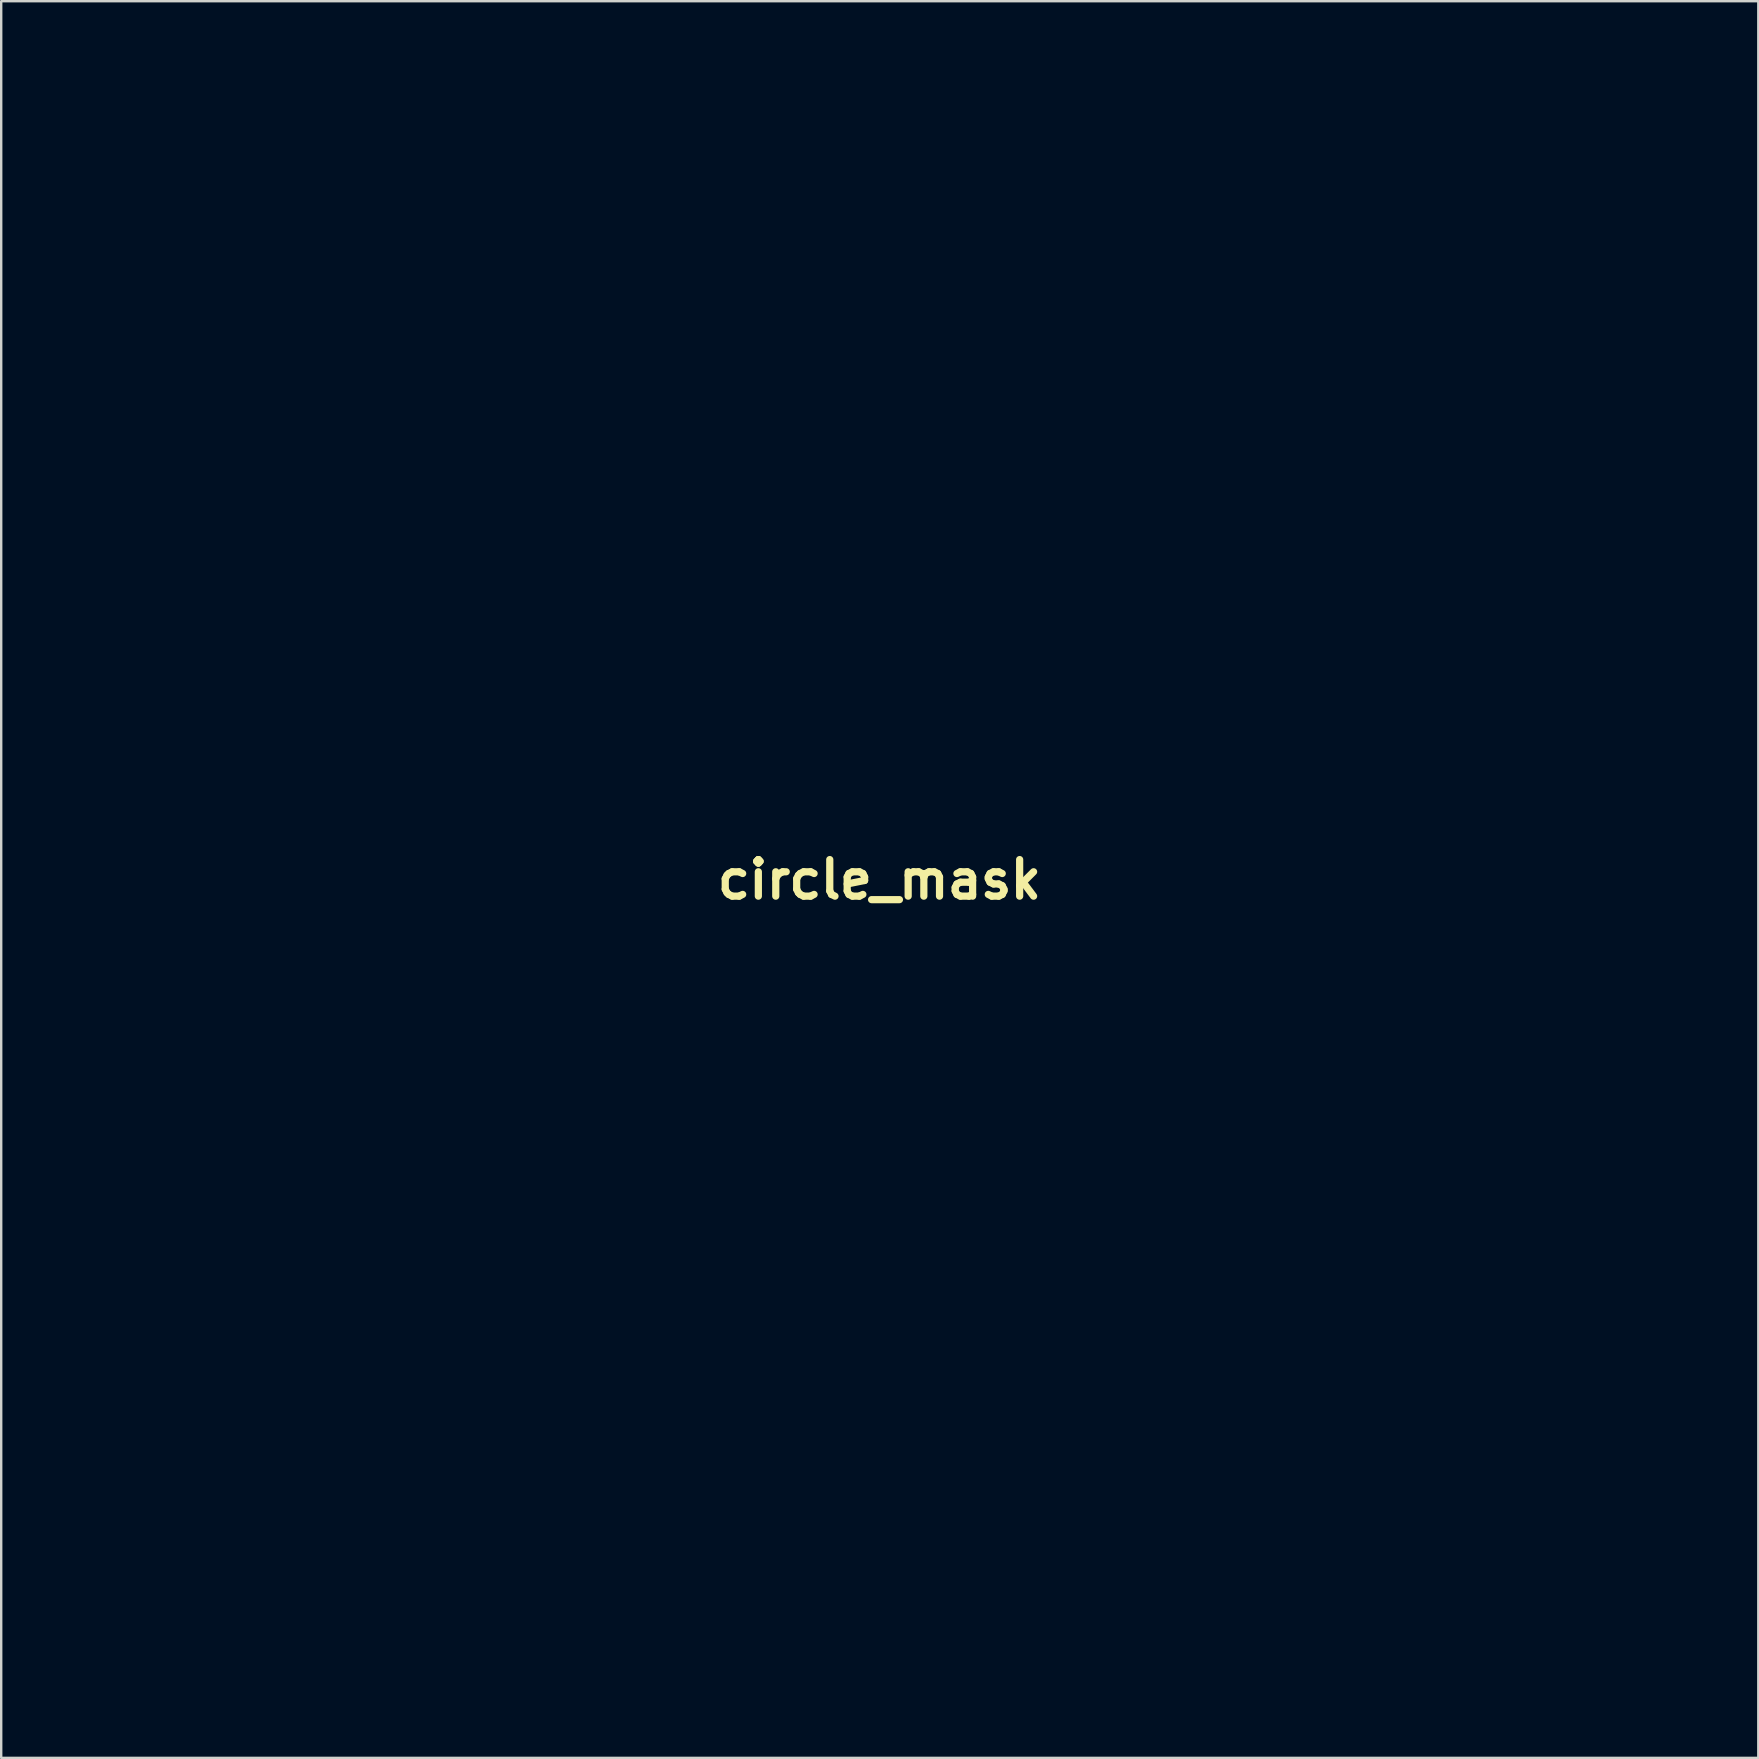
<source format=kicad_pcb>
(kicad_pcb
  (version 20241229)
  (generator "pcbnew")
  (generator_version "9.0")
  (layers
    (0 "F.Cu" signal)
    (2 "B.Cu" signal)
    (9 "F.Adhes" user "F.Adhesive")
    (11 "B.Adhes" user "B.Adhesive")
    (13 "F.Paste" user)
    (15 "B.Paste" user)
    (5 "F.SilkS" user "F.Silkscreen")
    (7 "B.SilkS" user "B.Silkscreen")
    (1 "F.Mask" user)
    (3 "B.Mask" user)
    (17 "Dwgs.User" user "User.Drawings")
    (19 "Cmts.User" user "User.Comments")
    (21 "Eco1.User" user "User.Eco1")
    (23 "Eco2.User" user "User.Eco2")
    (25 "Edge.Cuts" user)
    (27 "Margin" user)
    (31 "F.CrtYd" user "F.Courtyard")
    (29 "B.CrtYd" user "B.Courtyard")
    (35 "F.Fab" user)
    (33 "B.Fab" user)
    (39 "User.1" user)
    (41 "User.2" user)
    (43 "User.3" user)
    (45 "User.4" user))
  (footprint "circle_mask"
    (layer "F.Cu")
    (at 33.586 33.594)
    (property "Reference" "circle_mask" (at 0 0 0) (layer "F.SilkS") (effects (font (size 1.524 1.524) (thickness 0.3))))
    (attr through_hole)
    (fp_poly (pts (xy 33.572 1.841) (xy 33.547 2.025) (xy 33.51 2.327) (xy 33.467 2.698) (xy 33.442 2.921) (xy 33.265 4.279) (xy 33.029 5.677) (xy 32.745 7.08) (xy 32.419 8.451) (xy 32.06 9.755) (xy 31.677 10.956) (xy 31.328 11.894) (xy 30.992 12.71) (xy 30.639 13.521) (xy 30.28 14.313) (xy 29.92 15.071) (xy 29.569 15.778) (xy 29.235 16.419) (xy 28.925 16.98) (xy 28.648 17.444) (xy 28.411 17.795) (xy 28.224 18.02) (xy 28.102 18.1) (xy 27.999 18.06) (xy 27.777 17.936) (xy 27.457 17.738) (xy 27.059 17.48) (xy 26.601 17.175) (xy 26.155 16.869) (xy 25.523 16.428) (xy 24.838 15.944) (xy 24.117 15.429) (xy 23.376 14.896) (xy 22.631 14.356) (xy 21.898 13.822) (xy 21.194 13.304) (xy 20.534 12.815) (xy 19.936 12.367) (xy 19.414 11.972) (xy 18.986 11.641) (xy 18.667 11.387) (xy 18.506 11.25) (xy 18.515 11.152) (xy 18.594 10.922) (xy 18.738 10.576) (xy 18.937 10.134) (xy 19.154 9.675) (xy 19.7 8.466) (xy 20.188 7.222) (xy 20.609 5.978) (xy 20.95 4.767) (xy 21.202 3.624) (xy 21.33 2.794) (xy 21.377 2.421) (xy 21.421 2.095) (xy 21.456 1.864) (xy 21.468 1.799) (xy 21.509 1.609) (xy 33.608 1.609) (xy 33.572 1.841)) (stroke (width 0.01) (type solid)) (fill yes) (layer "F.Mask"))
    (fp_poly (pts (xy -27.432 -17.68) (xy -27.14 -17.47) (xy -26.736 -17.187) (xy -26.247 -16.851) (xy -25.704 -16.482) (xy -25.135 -16.098) (xy -24.638 -15.767) (xy -24.158 -15.442) (xy -23.606 -15.056) (xy -23.002 -14.625) (xy -22.368 -14.166) (xy -21.727 -13.695) (xy -21.099 -13.227) (xy -20.507 -12.779) (xy -19.973 -12.367) (xy -19.518 -12.008) (xy -19.163 -11.717) (xy -18.977 -11.553) (xy -18.944 -11.491) (xy -18.953 -11.382) (xy -19.012 -11.206) (xy -19.128 -10.939) (xy -19.31 -10.562) (xy -19.497 -10.19) (xy -20.299 -8.418) (xy -20.956 -6.568) (xy -21.463 -4.653) (xy -21.711 -3.374) (xy -21.786 -2.929) (xy -21.854 -2.548) (xy -21.909 -2.259) (xy -21.945 -2.091) (xy -21.955 -2.062) (xy -22.076 -2.024) (xy -22.348 -1.988) (xy -22.755 -1.954) (xy -23.278 -1.924) (xy -23.9 -1.896) (xy -24.603 -1.872) (xy -25.37 -1.851) (xy -26.183 -1.834) (xy -27.025 -1.822) (xy -27.877 -1.815) (xy -28.723 -1.812) (xy -29.544 -1.816) (xy -30.324 -1.824) (xy -31.044 -1.839) (xy -31.687 -1.86) (xy -31.957 -1.873) (xy -32.459 -1.899) (xy -32.899 -1.923) (xy -33.25 -1.945) (xy -33.486 -1.961) (xy -33.581 -1.972) (xy -33.581 -1.972) (xy -33.578 -2.058) (xy -33.558 -2.284) (xy -33.523 -2.62) (xy -33.476 -3.039) (xy -33.44 -3.345) (xy -33.133 -5.466) (xy -32.72 -7.494) (xy -32.188 -9.478) (xy -31.526 -11.465) (xy -31.154 -12.446) (xy -30.942 -12.956) (xy -30.665 -13.576) (xy -30.341 -14.27) (xy -29.989 -15.001) (xy -29.626 -15.732) (xy -29.272 -16.426) (xy -28.942 -17.046) (xy -28.657 -17.555) (xy -28.641 -17.582) (xy -28.236 -18.273) (xy -27.432 -17.68)) (stroke (width 0.01) (type solid)) (fill yes) (layer "F.Mask"))
    (fp_poly (pts (xy -16.724 14.301) (xy -16.53 14.443) (xy -16.259 14.668) (xy -15.932 14.957) (xy -15.615 15.25) (xy -14.785 16.015) (xy -14.025 16.673) (xy -13.298 17.251) (xy -12.569 17.776) (xy -11.8 18.273) (xy -10.958 18.77) (xy -10.43 19.064) (xy -9.993 19.308) (xy -9.592 19.545) (xy -9.258 19.754) (xy -9.022 19.915) (xy -8.939 19.984) (xy -8.691 20.226) (xy -9.139 21.733) (xy -9.316 22.313) (xy -9.536 23.013) (xy -9.79 23.805) (xy -10.069 24.659) (xy -10.362 25.548) (xy -10.661 26.442) (xy -10.956 27.314) (xy -11.236 28.134) (xy -11.494 28.875) (xy -11.719 29.507) (xy -11.879 29.942) (xy -12.069 30.426) (xy -12.231 30.797) (xy -12.359 31.039) (xy -12.443 31.137) (xy -12.447 31.138) (xy -12.555 31.108) (xy -12.792 31.011) (xy -13.137 30.858) (xy -13.567 30.657) (xy -14.062 30.419) (xy -14.521 30.194) (xy -16.148 29.348) (xy -17.636 28.494) (xy -19.011 27.611) (xy -20.305 26.679) (xy -21.544 25.677) (xy -22.759 24.585) (xy -23.877 23.484) (xy -24.501 22.84) (xy -25.008 22.305) (xy -25.403 21.873) (xy -25.693 21.537) (xy -25.882 21.29) (xy -25.978 21.125) (xy -25.993 21.063) (xy -25.926 20.962) (xy -25.733 20.772) (xy -25.428 20.506) (xy -25.025 20.172) (xy -24.535 19.78) (xy -23.973 19.341) (xy -23.351 18.864) (xy -22.682 18.36) (xy -21.981 17.838) (xy -21.259 17.308) (xy -20.531 16.781) (xy -19.808 16.266) (xy -19.105 15.773) (xy -18.435 15.312) (xy -18.093 15.082) (xy -17.696 14.818) (xy -17.343 14.587) (xy -17.061 14.405) (xy -16.875 14.291) (xy -16.817 14.259) (xy -16.724 14.301)) (stroke (width 0.01) (type solid)) (fill yes) (layer "F.Mask"))
    (fp_poly (pts (xy -21.844 2.218) (xy -21.653 3.336) (xy -21.466 4.318) (xy -21.272 5.195) (xy -21.062 5.999) (xy -20.826 6.763) (xy -20.555 7.518) (xy -20.239 8.297) (xy -19.867 9.131) (xy -19.525 9.859) (xy -19.285 10.365) (xy -19.117 10.74) (xy -19.012 11.003) (xy -18.964 11.175) (xy -18.964 11.275) (xy -18.985 11.309) (xy -19.155 11.452) (xy -19.447 11.681) (xy -19.844 11.985) (xy -20.33 12.351) (xy -20.889 12.767) (xy -21.504 13.221) (xy -22.16 13.703) (xy -22.839 14.198) (xy -23.525 14.697) (xy -24.203 15.186) (xy -24.855 15.654) (xy -25.466 16.089) (xy -26.019 16.479) (xy -26.497 16.812) (xy -26.885 17.076) (xy -26.889 17.078) (xy -27.357 17.392) (xy -27.705 17.621) (xy -27.954 17.774) (xy -28.126 17.858) (xy -28.242 17.883) (xy -28.325 17.856) (xy -28.395 17.786) (xy -28.475 17.679) (xy -28.478 17.675) (xy -28.842 17.144) (xy -29.238 16.473) (xy -29.657 15.689) (xy -30.087 14.814) (xy -30.517 13.873) (xy -30.938 12.891) (xy -31.339 11.892) (xy -31.709 10.902) (xy -32.037 9.943) (xy -32.313 9.042) (xy -32.465 8.474) (xy -32.611 7.859) (xy -32.76 7.169) (xy -32.908 6.432) (xy -33.051 5.673) (xy -33.183 4.922) (xy -33.301 4.205) (xy -33.398 3.549) (xy -33.472 2.982) (xy -33.516 2.531) (xy -33.528 2.275) (xy -33.52 1.996) (xy -33.484 1.84) (xy -33.404 1.759) (xy -33.337 1.73) (xy -33.222 1.718) (xy -32.951 1.706) (xy -32.541 1.694) (xy -32.005 1.681) (xy -31.358 1.67) (xy -30.614 1.659) (xy -29.788 1.649) (xy -28.896 1.64) (xy -27.95 1.633) (xy -27.546 1.631) (xy -21.946 1.599) (xy -21.844 2.218)) (stroke (width 0.01) (type solid)) (fill yes) (layer "F.Mask"))
    (fp_poly (pts (xy 28.305 -18.032) (xy 28.459 -17.818) (xy 28.67 -17.468) (xy 28.927 -17.005) (xy 29.221 -16.449) (xy 29.541 -15.82) (xy 29.878 -15.14) (xy 30.22 -14.429) (xy 30.558 -13.708) (xy 30.882 -12.997) (xy 31.18 -12.318) (xy 31.444 -11.691) (xy 31.508 -11.532) (xy 31.779 -10.787) (xy 32.054 -9.903) (xy 32.325 -8.911) (xy 32.587 -7.841) (xy 32.832 -6.724) (xy 33.054 -5.589) (xy 33.245 -4.468) (xy 33.4 -3.391) (xy 33.489 -2.613) (xy 33.546 -2.051) (xy 33.05 -1.996) (xy 32.437 -1.942) (xy 31.681 -1.895) (xy 30.809 -1.857) (xy 29.848 -1.828) (xy 28.824 -1.807) (xy 27.764 -1.796) (xy 26.695 -1.794) (xy 25.643 -1.802) (xy 24.636 -1.821) (xy 23.698 -1.85) (xy 23.199 -1.872) (xy 22.719 -1.897) (xy 22.289 -1.921) (xy 21.943 -1.942) (xy 21.712 -1.958) (xy 21.638 -1.966) (xy 21.566 -1.996) (xy 21.508 -2.079) (xy 21.456 -2.244) (xy 21.403 -2.518) (xy 21.34 -2.927) (xy 21.325 -3.028) (xy 21.048 -4.568) (xy 20.657 -6.104) (xy 20.141 -7.669) (xy 19.551 -9.158) (xy 19.262 -9.844) (xy 19.041 -10.393) (xy 18.881 -10.818) (xy 18.776 -11.136) (xy 18.722 -11.362) (xy 18.711 -11.476) (xy 18.731 -11.562) (xy 18.8 -11.671) (xy 18.932 -11.814) (xy 19.141 -12.003) (xy 19.44 -12.252) (xy 19.843 -12.573) (xy 20.364 -12.977) (xy 20.574 -13.138) (xy 21.096 -13.532) (xy 21.696 -13.972) (xy 22.353 -14.446) (xy 23.049 -14.939) (xy 23.765 -15.44) (xy 24.48 -15.934) (xy 25.177 -16.408) (xy 25.835 -16.85) (xy 26.435 -17.246) (xy 26.957 -17.582) (xy 27.384 -17.846) (xy 27.695 -18.024) (xy 27.714 -18.034) (xy 28.12 -18.246) (xy 28.305 -18.032)) (stroke (width 0.01) (type solid)) (fill yes) (layer "F.Mask"))
    (fp_poly (pts (xy 16.481 14.273) (xy 16.718 14.416) (xy 17.066 14.642) (xy 17.511 14.944) (xy 18.041 15.311) (xy 18.644 15.735) (xy 19.306 16.208) (xy 20.016 16.719) (xy 20.76 17.261) (xy 21.527 17.824) (xy 22.303 18.399) (xy 23.077 18.977) (xy 23.835 19.549) (xy 24.166 19.801) (xy 26.107 21.283) (xy 24.495 22.863) (xy 23.356 23.959) (xy 22.299 24.935) (xy 21.303 25.807) (xy 20.35 26.59) (xy 19.419 27.301) (xy 18.491 27.956) (xy 17.546 28.571) (xy 17.509 28.594) (xy 16.966 28.921) (xy 16.367 29.261) (xy 15.733 29.605) (xy 15.086 29.942) (xy 14.446 30.261) (xy 13.836 30.552) (xy 13.277 30.806) (xy 12.79 31.01) (xy 12.397 31.156) (xy 12.119 31.233) (xy 12.034 31.242) (xy 11.87 31.174) (xy 11.812 31.094) (xy 11.704 30.809) (xy 11.552 30.387) (xy 11.364 29.852) (xy 11.148 29.23) (xy 10.913 28.543) (xy 10.667 27.816) (xy 10.418 27.074) (xy 10.174 26.34) (xy 9.943 25.64) (xy 9.734 24.996) (xy 9.554 24.434) (xy 9.475 24.183) (xy 9.201 23.299) (xy 8.973 22.563) (xy 8.787 21.96) (xy 8.639 21.476) (xy 8.524 21.097) (xy 8.438 20.809) (xy 8.377 20.598) (xy 8.336 20.449) (xy 8.313 20.348) (xy 8.301 20.281) (xy 8.297 20.235) (xy 8.297 20.223) (xy 8.318 20.135) (xy 8.391 20.038) (xy 8.535 19.92) (xy 8.768 19.768) (xy 9.108 19.57) (xy 9.573 19.314) (xy 9.821 19.18) (xy 10.839 18.605) (xy 11.785 18.01) (xy 12.694 17.368) (xy 13.602 16.654) (xy 14.544 15.842) (xy 15.233 15.209) (xy 15.584 14.885) (xy 15.895 14.605) (xy 16.144 14.39) (xy 16.31 14.257) (xy 16.366 14.224) (xy 16.481 14.273)) (stroke (width 0.01) (type solid)) (fill yes) (layer "F.Mask"))
    (fp_poly (pts (xy 2.322 -33.512) (xy 4.332 -33.324) (xy 6.274 -33.026) (xy 7.552 -32.758) (xy 7.913 -32.668) (xy 8.137 -32.594) (xy 8.255 -32.524) (xy 8.296 -32.443) (xy 8.297 -32.414) (xy 8.271 -32.24) (xy 8.196 -31.923) (xy 8.077 -31.48) (xy 7.921 -30.928) (xy 7.731 -30.283) (xy 7.513 -29.564) (xy 7.273 -28.786) (xy 7.016 -27.967) (xy 6.747 -27.125) (xy 6.472 -26.276) (xy 6.196 -25.437) (xy 5.923 -24.625) (xy 5.66 -23.858) (xy 5.505 -23.414) (xy 5.313 -22.873) (xy 5.139 -22.388) (xy 4.992 -21.979) (xy 4.878 -21.671) (xy 4.806 -21.483) (xy 4.785 -21.437) (xy 4.694 -21.436) (xy 4.469 -21.458) (xy 4.144 -21.5) (xy 3.754 -21.557) (xy 3.752 -21.557) (xy 3.438 -21.601) (xy 3.113 -21.636) (xy 2.755 -21.663) (xy 2.341 -21.682) (xy 1.845 -21.696) (xy 1.247 -21.704) (xy 0.521 -21.707) (xy -0.169 -21.708) (xy -0.977 -21.704) (xy -1.728 -21.694) (xy -2.399 -21.68) (xy -2.97 -21.662) (xy -3.419 -21.639) (xy -3.725 -21.614) (xy -3.768 -21.608) (xy -4.151 -21.554) (xy -4.526 -21.5) (xy -4.816 -21.459) (xy -4.835 -21.456) (xy -5.224 -21.401) (xy -5.668 -22.66) (xy -6.098 -23.888) (xy -6.504 -25.077) (xy -6.885 -26.215) (xy -7.237 -27.292) (xy -7.556 -28.298) (xy -7.839 -29.221) (xy -8.084 -30.051) (xy -8.287 -30.777) (xy -8.445 -31.389) (xy -8.555 -31.877) (xy -8.613 -32.229) (xy -8.616 -32.435) (xy -8.61 -32.458) (xy -8.502 -32.537) (xy -8.244 -32.63) (xy -7.855 -32.734) (xy -7.353 -32.846) (xy -6.758 -32.961) (xy -6.087 -33.077) (xy -5.36 -33.189) (xy -4.595 -33.293) (xy -3.811 -33.388) (xy -3.725 -33.397) (xy -1.745 -33.551) (xy 0.284 -33.589) (xy 2.322 -33.512)) (stroke (width 0.01) (type solid)) (fill yes) (layer "F.Mask"))
    (fp_poly (pts (xy 4.75 21.345) (xy 4.854 21.532) (xy 5.001 21.862) (xy 5.184 22.319) (xy 5.397 22.886) (xy 5.634 23.543) (xy 5.89 24.273) (xy 6.158 25.058) (xy 6.433 25.88) (xy 6.709 26.722) (xy 6.981 27.565) (xy 7.241 28.392) (xy 7.485 29.184) (xy 7.706 29.924) (xy 7.899 30.594) (xy 8.058 31.176) (xy 8.177 31.652) (xy 8.25 32.004) (xy 8.263 32.086) (xy 8.318 32.5) (xy 7.948 32.6) (xy 7.002 32.824) (xy 5.926 33.027) (xy 4.76 33.205) (xy 3.54 33.353) (xy 2.307 33.469) (xy 1.099 33.547) (xy -0.047 33.585) (xy -1.09 33.578) (xy -1.566 33.556) (xy -2.295 33.498) (xy -3.129 33.411) (xy -4.027 33.299) (xy -4.951 33.169) (xy -5.86 33.027) (xy -6.717 32.878) (xy -7.48 32.729) (xy -8.068 32.596) (xy -8.383 32.518) (xy -8.628 32.459) (xy -8.762 32.429) (xy -8.775 32.427) (xy -8.798 32.402) (xy -8.797 32.317) (xy -8.767 32.157) (xy -8.706 31.907) (xy -8.608 31.551) (xy -8.47 31.075) (xy -8.288 30.463) (xy -8.128 29.931) (xy -7.767 28.747) (xy -7.411 27.609) (xy -7.065 26.529) (xy -6.732 25.519) (xy -6.418 24.59) (xy -6.126 23.753) (xy -5.859 23.021) (xy -5.623 22.405) (xy -5.421 21.917) (xy -5.257 21.567) (xy -5.135 21.369) (xy -5.132 21.364) (xy -4.946 21.148) (xy -3.637 21.348) (xy -3.201 21.411) (xy -2.804 21.46) (xy -2.414 21.496) (xy -1.998 21.521) (xy -1.52 21.536) (xy -0.949 21.545) (xy -0.251 21.548) (xy -0.042 21.548) (xy 0.678 21.546) (xy 1.259 21.54) (xy 1.734 21.529) (xy 2.133 21.509) (xy 2.487 21.48) (xy 2.827 21.439) (xy 3.184 21.385) (xy 3.42 21.345) (xy 4.596 21.143) (xy 4.75 21.345)) (stroke (width 0.01) (type solid)) (fill yes) (layer "F.Mask"))
    (fp_poly (pts (xy 12.428 -31.258) (xy 12.464 -31.248) (xy 12.783 -31.131) (xy 13.224 -30.937) (xy 13.763 -30.678) (xy 14.379 -30.366) (xy 15.049 -30.014) (xy 15.749 -29.633) (xy 16.459 -29.237) (xy 17.154 -28.836) (xy 17.812 -28.443) (xy 18.411 -28.071) (xy 18.669 -27.904) (xy 19.378 -27.411) (xy 20.169 -26.812) (xy 21.017 -26.13) (xy 21.892 -25.388) (xy 22.77 -24.608) (xy 23.623 -23.815) (xy 24.424 -23.031) (xy 24.778 -22.668) (xy 25.164 -22.259) (xy 25.438 -21.947) (xy 25.612 -21.713) (xy 25.697 -21.538) (xy 25.706 -21.402) (xy 25.65 -21.287) (xy 25.64 -21.275) (xy 25.484 -21.118) (xy 25.211 -20.881) (xy 24.835 -20.574) (xy 24.371 -20.207) (xy 23.831 -19.791) (xy 23.232 -19.335) (xy 22.586 -18.851) (xy 21.909 -18.349) (xy 21.213 -17.838) (xy 20.515 -17.33) (xy 19.827 -16.835) (xy 19.163 -16.362) (xy 18.539 -15.923) (xy 17.968 -15.527) (xy 17.465 -15.186) (xy 17.043 -14.909) (xy 16.717 -14.706) (xy 16.501 -14.589) (xy 16.422 -14.563) (xy 16.261 -14.612) (xy 16.058 -14.731) (xy 16.035 -14.749) (xy 15.885 -14.872) (xy 15.642 -15.085) (xy 15.334 -15.36) (xy 14.99 -15.673) (xy 14.859 -15.794) (xy 13.645 -16.862) (xy 12.469 -17.787) (xy 11.309 -18.586) (xy 10.143 -19.274) (xy 9.371 -19.669) (xy 8.286 -20.193) (xy 8.333 -20.499) (xy 8.387 -20.749) (xy 8.489 -21.14) (xy 8.635 -21.652) (xy 8.816 -22.266) (xy 9.028 -22.96) (xy 9.264 -23.717) (xy 9.517 -24.516) (xy 9.781 -25.338) (xy 10.05 -26.162) (xy 10.318 -26.971) (xy 10.577 -27.743) (xy 10.822 -28.46) (xy 11.047 -29.101) (xy 11.245 -29.648) (xy 11.409 -30.08) (xy 11.502 -30.305) (xy 11.692 -30.735) (xy 11.84 -31.029) (xy 11.966 -31.207) (xy 12.092 -31.291) (xy 12.239 -31.301) (xy 12.428 -31.258)) (stroke (width 0.01) (type solid)) (fill yes) (layer "F.Mask"))
    (fp_poly (pts (xy -12.268 -31.267) (xy -12.2 -31.145) (xy -12.088 -30.878) (xy -11.938 -30.483) (xy -11.755 -29.976) (xy -11.544 -29.375) (xy -11.31 -28.696) (xy -11.06 -27.955) (xy -10.799 -27.171) (xy -10.531 -26.359) (xy -10.264 -25.536) (xy -10.002 -24.719) (xy -9.75 -23.925) (xy -9.514 -23.171) (xy -9.3 -22.473) (xy -9.114 -21.848) (xy -8.959 -21.314) (xy -8.843 -20.886) (xy -8.77 -20.583) (xy -8.754 -20.497) (xy -8.729 -20.288) (xy -8.763 -20.169) (xy -8.894 -20.084) (xy -9.07 -20.012) (xy -9.847 -19.662) (xy -10.705 -19.195) (xy -11.621 -18.627) (xy -12.572 -17.974) (xy -13.535 -17.253) (xy -14.487 -16.479) (xy -15.405 -15.669) (xy -15.761 -15.336) (xy -16.095 -15.019) (xy -16.384 -14.748) (xy -16.608 -14.542) (xy -16.744 -14.422) (xy -16.777 -14.399) (xy -16.854 -14.449) (xy -17.034 -14.575) (xy -17.285 -14.755) (xy -17.399 -14.838) (xy -17.633 -15.005) (xy -17.98 -15.247) (xy -18.416 -15.548) (xy -18.913 -15.888) (xy -19.446 -16.25) (xy -19.897 -16.554) (xy -20.525 -16.98) (xy -21.219 -17.456) (xy -21.932 -17.948) (xy -22.618 -18.425) (xy -23.23 -18.855) (xy -23.456 -19.015) (xy -23.959 -19.372) (xy -24.451 -19.72) (xy -24.905 -20.039) (xy -25.29 -20.308) (xy -25.58 -20.509) (xy -25.676 -20.574) (xy -25.939 -20.757) (xy -26.138 -20.905) (xy -26.238 -20.994) (xy -26.244 -21.004) (xy -26.191 -21.08) (xy -26.043 -21.262) (xy -25.815 -21.529) (xy -25.526 -21.862) (xy -25.193 -22.241) (xy -25.153 -22.286) (xy -23.821 -23.687) (xy -22.346 -25.057) (xy -20.755 -26.375) (xy -19.075 -27.619) (xy -17.331 -28.769) (xy -15.872 -29.627) (xy -15.447 -29.856) (xy -14.973 -30.099) (xy -14.474 -30.344) (xy -13.973 -30.582) (xy -13.496 -30.801) (xy -13.064 -30.99) (xy -12.703 -31.139) (xy -12.437 -31.236) (xy -12.288 -31.272) (xy -12.268 -31.267)) (stroke (width 0.01) (type solid)) (fill yes) (layer "F.Mask")))
  (gr_rect
    (start -3 -3)
    (end 70.2 70.183)
    (stroke (width 0.1) (type default))
    (fill no)
    (layer "Edge.Cuts")))
</source>
